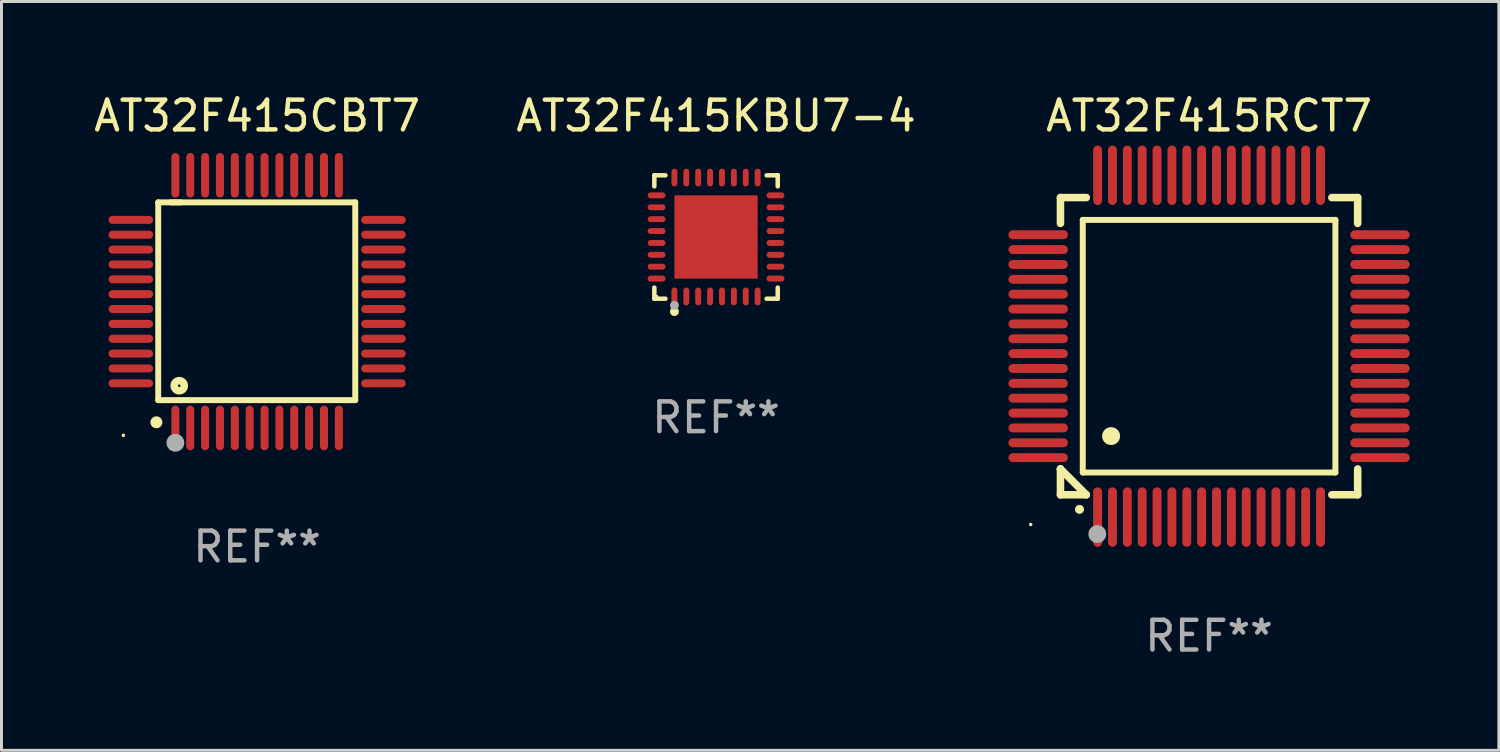
<source format=kicad_pcb>
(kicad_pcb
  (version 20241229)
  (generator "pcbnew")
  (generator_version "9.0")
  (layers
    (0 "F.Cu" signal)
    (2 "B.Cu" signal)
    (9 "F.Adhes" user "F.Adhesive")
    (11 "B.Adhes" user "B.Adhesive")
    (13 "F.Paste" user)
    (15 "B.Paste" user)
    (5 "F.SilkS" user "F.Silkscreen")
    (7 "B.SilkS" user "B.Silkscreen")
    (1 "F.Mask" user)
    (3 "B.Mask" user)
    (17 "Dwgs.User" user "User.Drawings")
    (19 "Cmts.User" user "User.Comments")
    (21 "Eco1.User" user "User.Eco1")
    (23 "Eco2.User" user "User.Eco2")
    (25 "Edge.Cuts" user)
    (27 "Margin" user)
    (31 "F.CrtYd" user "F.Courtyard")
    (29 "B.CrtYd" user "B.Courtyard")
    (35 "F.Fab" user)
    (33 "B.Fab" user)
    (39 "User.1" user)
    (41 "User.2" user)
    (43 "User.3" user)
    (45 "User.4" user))
  (footprint "AT32F415KBU7-4"
    (layer "F.Cu")
    (at 21.042 4.924)
    (property "Reference" "AT32F415KBU7-4" (at 0 -4.076 0) (layer "F.SilkS") (effects (font (size 1 1) (thickness 0.15))))
    (attr through_hole)
    (fp_line (start -2.076 -2.076) (end -1.703 -2.076) (stroke (width 0.152) (type solid)) (layer "F.SilkS"))
    (fp_line (start -2.076 -1.703) (end -2.076 -2.076) (stroke (width 0.152) (type solid)) (layer "F.SilkS"))
    (fp_line (start -2.076 1.703) (end -2.076 2.076) (stroke (width 0.152) (type solid)) (layer "F.SilkS"))
    (fp_line (start -2.076 2.076) (end -1.703 2.076) (stroke (width 0.152) (type solid)) (layer "F.SilkS"))
    (fp_line (start 2.076 -2.076) (end 1.703 -2.076) (stroke (width 0.152) (type solid)) (layer "F.SilkS"))
    (fp_line (start 2.076 -1.703) (end 2.076 -2.076) (stroke (width 0.152) (type solid)) (layer "F.SilkS"))
    (fp_line (start 2.076 1.703) (end 2.076 2.076) (stroke (width 0.152) (type solid)) (layer "F.SilkS"))
    (fp_line (start 2.076 2.076) (end 1.703 2.076) (stroke (width 0.152) (type solid)) (layer "F.SilkS"))
    (fp_circle (center -2 2) (end -1.97 2) (stroke (width 0.06) (type solid)) (fill no) (layer "F.SilkS"))
    (fp_circle (center -1.4 2.51) (end -1.325 2.51) (stroke (width 0.15) (type solid)) (fill no) (layer "F.SilkS"))
    (fp_circle (center -1.4 2.3) (end -1.325 2.3) (stroke (width 0.15) (type solid)) (fill no) (layer "F.Fab"))
    (fp_text user "REF**" (at 0 6.076 0) (layer "F.Fab") (effects (font (size 1 1) (thickness 0.15))))
    (pad "1" smd oval (at -1.4 2) (size 0.2 0.6) (layers "F.Cu" "F.Mask" "F.Paste"))
    (pad "2" smd oval (at -1 2) (size 0.2 0.6) (layers "F.Cu" "F.Mask" "F.Paste"))
    (pad "3" smd oval (at -0.6 2) (size 0.2 0.6) (layers "F.Cu" "F.Mask" "F.Paste"))
    (pad "4" smd oval (at -0.2 2) (size 0.2 0.6) (layers "F.Cu" "F.Mask" "F.Paste"))
    (pad "5" smd oval (at 0.2 2) (size 0.2 0.6) (layers "F.Cu" "F.Mask" "F.Paste"))
    (pad "6" smd oval (at 0.6 2) (size 0.2 0.6) (layers "F.Cu" "F.Mask" "F.Paste"))
    (pad "7" smd oval (at 1 2) (size 0.2 0.6) (layers "F.Cu" "F.Mask" "F.Paste"))
    (pad "8" smd oval (at 1.4 2) (size 0.2 0.6) (layers "F.Cu" "F.Mask" "F.Paste"))
    (pad "9" smd oval (at 2 1.4) (size 0.6 0.2) (layers "F.Cu" "F.Mask" "F.Paste"))
    (pad "10" smd oval (at 2 1) (size 0.6 0.2) (layers "F.Cu" "F.Mask" "F.Paste"))
    (pad "11" smd oval (at 2 0.6) (size 0.6 0.2) (layers "F.Cu" "F.Mask" "F.Paste"))
    (pad "12" smd oval (at 2 0.2) (size 0.6 0.2) (layers "F.Cu" "F.Mask" "F.Paste"))
    (pad "13" smd oval (at 2 -0.2) (size 0.6 0.2) (layers "F.Cu" "F.Mask" "F.Paste"))
    (pad "14" smd oval (at 2 -0.6) (size 0.6 0.2) (layers "F.Cu" "F.Mask" "F.Paste"))
    (pad "15" smd oval (at 2 -1) (size 0.6 0.2) (layers "F.Cu" "F.Mask" "F.Paste"))
    (pad "16" smd oval (at 2 -1.4) (size 0.6 0.2) (layers "F.Cu" "F.Mask" "F.Paste"))
    (pad "17" smd oval (at 1.4 -2) (size 0.2 0.6) (layers "F.Cu" "F.Mask" "F.Paste"))
    (pad "18" smd oval (at 1 -2) (size 0.2 0.6) (layers "F.Cu" "F.Mask" "F.Paste"))
    (pad "19" smd oval (at 0.6 -2) (size 0.2 0.6) (layers "F.Cu" "F.Mask" "F.Paste"))
    (pad "20" smd oval (at 0.2 -2) (size 0.2 0.6) (layers "F.Cu" "F.Mask" "F.Paste"))
    (pad "21" smd oval (at -0.2 -2) (size 0.2 0.6) (layers "F.Cu" "F.Mask" "F.Paste"))
    (pad "22" smd oval (at -0.6 -2) (size 0.2 0.6) (layers "F.Cu" "F.Mask" "F.Paste"))
    (pad "23" smd oval (at -1 -2) (size 0.2 0.6) (layers "F.Cu" "F.Mask" "F.Paste"))
    (pad "24" smd oval (at -1.4 -2) (size 0.2 0.6) (layers "F.Cu" "F.Mask" "F.Paste"))
    (pad "25" smd oval (at -2 -1.4) (size 0.6 0.2) (layers "F.Cu" "F.Mask" "F.Paste"))
    (pad "26" smd oval (at -2 -1) (size 0.6 0.2) (layers "F.Cu" "F.Mask" "F.Paste"))
    (pad "27" smd oval (at -2 -0.6) (size 0.6 0.2) (layers "F.Cu" "F.Mask" "F.Paste"))
    (pad "28" smd oval (at -2 -0.2) (size 0.6 0.2) (layers "F.Cu" "F.Mask" "F.Paste"))
    (pad "29" smd oval (at -2 0.2) (size 0.6 0.2) (layers "F.Cu" "F.Mask" "F.Paste"))
    (pad "30" smd oval (at -2 0.6) (size 0.6 0.2) (layers "F.Cu" "F.Mask" "F.Paste"))
    (pad "31" smd oval (at -2 1) (size 0.6 0.2) (layers "F.Cu" "F.Mask" "F.Paste"))
    (pad "32" smd oval (at -2 1.4) (size 0.6 0.2) (layers "F.Cu" "F.Mask" "F.Paste"))
    (pad "33" smd rect (at 0 0) (size 2.8 2.8) (layers "F.Cu" "F.Mask" "F.Paste")))
  (footprint "AT32F415RCT7"
    (layer "F.Cu")
    (at 37.631 8.598)
    (property "Reference" "AT32F415RCT7" (at 0 -7.75 0) (layer "F.SilkS") (effects (font (size 1 1) (thickness 0.15))))
    (attr through_hole)
    (fp_line (start -5 -5) (end -4.131 -5) (stroke (width 0.254) (type solid)) (layer "F.SilkS"))
    (fp_line (start -5 -4.131) (end -5 -5) (stroke (width 0.254) (type solid)) (layer "F.SilkS"))
    (fp_line (start -5 4.131) (end -5 4.131) (stroke (width 0.254) (type solid)) (layer "F.SilkS"))
    (fp_line (start -5 5) (end -5 4.131) (stroke (width 0.254) (type solid)) (layer "F.SilkS"))
    (fp_line (start -5 4.131) (end -4.131 5) (stroke (width 0.254) (type solid)) (layer "F.SilkS"))
    (fp_line (start -4.25 -4.25) (end -4.25 4.25) (stroke (width 0.2) (type solid)) (layer "F.SilkS"))
    (fp_line (start -4.25 4.25) (end 4.25 4.25) (stroke (width 0.2) (type solid)) (layer "F.SilkS"))
    (fp_line (start -4.131 5) (end -5 5) (stroke (width 0.254) (type solid)) (layer "F.SilkS"))
    (fp_line (start 4.25 -4.25) (end -4.25 -4.25) (stroke (width 0.2) (type solid)) (layer "F.SilkS"))
    (fp_line (start 4.25 4.25) (end 4.25 -4.25) (stroke (width 0.2) (type solid)) (layer "F.SilkS"))
    (fp_line (start 5 -5) (end 4.131 -5) (stroke (width 0.254) (type solid)) (layer "F.SilkS"))
    (fp_line (start 5 -5) (end 5 -4.131) (stroke (width 0.254) (type solid)) (layer "F.SilkS"))
    (fp_line (start 5 4.131) (end 5 5) (stroke (width 0.254) (type solid)) (layer "F.SilkS"))
    (fp_line (start 5 5) (end 4.131 5) (stroke (width 0.254) (type solid)) (layer "F.SilkS"))
    (fp_arc (start -4.361265 5.489992) (mid -4.359995 5.489987) (end -4.358725 5.489992) (stroke (width 0.3) (type solid)) (layer "F.SilkS"))
    (fp_arc (start -3.299467 3.025146) (mid -3.296927 3.025135) (end -3.294387 3.025146) (stroke (width 0.6) (type solid)) (layer "F.SilkS"))
    (fp_circle (center -6 6) (end -5.97 6) (stroke (width 0.06) (type solid)) (fill no) (layer "F.SilkS"))
    (fp_circle (center -3.76 6.32) (end -3.61 6.32) (stroke (width 0.3) (type solid)) (fill no) (layer "F.Fab"))
    (fp_text user "REF**" (at 0 9.75 0) (layer "F.Fab") (effects (font (size 1 1) (thickness 0.15))))
    (pad "1" smd oval (at -3.75 5.75) (size 0.3 2) (layers "F.Cu" "F.Mask" "F.Paste"))
    (pad "2" smd oval (at -3.25 5.75) (size 0.3 2) (layers "F.Cu" "F.Mask" "F.Paste"))
    (pad "3" smd oval (at -2.75 5.75) (size 0.3 2) (layers "F.Cu" "F.Mask" "F.Paste"))
    (pad "4" smd oval (at -2.25 5.75) (size 0.3 2) (layers "F.Cu" "F.Mask" "F.Paste"))
    (pad "5" smd oval (at -1.75 5.75) (size 0.3 2) (layers "F.Cu" "F.Mask" "F.Paste"))
    (pad "6" smd oval (at -1.25 5.75) (size 0.3 2) (layers "F.Cu" "F.Mask" "F.Paste"))
    (pad "7" smd oval (at -0.75 5.75) (size 0.3 2) (layers "F.Cu" "F.Mask" "F.Paste"))
    (pad "8" smd oval (at -0.25 5.75) (size 0.3 2) (layers "F.Cu" "F.Mask" "F.Paste"))
    (pad "9" smd oval (at 0.25 5.75) (size 0.3 2) (layers "F.Cu" "F.Mask" "F.Paste"))
    (pad "10" smd oval (at 0.75 5.75) (size 0.3 2) (layers "F.Cu" "F.Mask" "F.Paste"))
    (pad "11" smd oval (at 1.25 5.75) (size 0.3 2) (layers "F.Cu" "F.Mask" "F.Paste"))
    (pad "12" smd oval (at 1.75 5.75) (size 0.3 2) (layers "F.Cu" "F.Mask" "F.Paste"))
    (pad "13" smd oval (at 2.25 5.75) (size 0.3 2) (layers "F.Cu" "F.Mask" "F.Paste"))
    (pad "14" smd oval (at 2.75 5.75) (size 0.3 2) (layers "F.Cu" "F.Mask" "F.Paste"))
    (pad "15" smd oval (at 3.25 5.75) (size 0.3 2) (layers "F.Cu" "F.Mask" "F.Paste"))
    (pad "16" smd oval (at 3.75 5.75) (size 0.3 2) (layers "F.Cu" "F.Mask" "F.Paste"))
    (pad "17" smd oval (at 5.75 3.75) (size 2 0.3) (layers "F.Cu" "F.Mask" "F.Paste"))
    (pad "18" smd oval (at 5.75 3.25) (size 2 0.3) (layers "F.Cu" "F.Mask" "F.Paste"))
    (pad "19" smd oval (at 5.75 2.75) (size 2 0.3) (layers "F.Cu" "F.Mask" "F.Paste"))
    (pad "20" smd oval (at 5.75 2.25) (size 2 0.3) (layers "F.Cu" "F.Mask" "F.Paste"))
    (pad "21" smd oval (at 5.75 1.75) (size 2 0.3) (layers "F.Cu" "F.Mask" "F.Paste"))
    (pad "22" smd oval (at 5.75 1.25) (size 2 0.3) (layers "F.Cu" "F.Mask" "F.Paste"))
    (pad "23" smd oval (at 5.75 0.75) (size 2 0.3) (layers "F.Cu" "F.Mask" "F.Paste"))
    (pad "24" smd oval (at 5.75 0.25) (size 2 0.3) (layers "F.Cu" "F.Mask" "F.Paste"))
    (pad "25" smd oval (at 5.75 -0.25) (size 2 0.3) (layers "F.Cu" "F.Mask" "F.Paste"))
    (pad "26" smd oval (at 5.75 -0.75) (size 2 0.3) (layers "F.Cu" "F.Mask" "F.Paste"))
    (pad "27" smd oval (at 5.75 -1.25) (size 2 0.3) (layers "F.Cu" "F.Mask" "F.Paste"))
    (pad "28" smd oval (at 5.75 -1.75) (size 2 0.3) (layers "F.Cu" "F.Mask" "F.Paste"))
    (pad "29" smd oval (at 5.75 -2.25) (size 2 0.3) (layers "F.Cu" "F.Mask" "F.Paste"))
    (pad "30" smd oval (at 5.75 -2.75) (size 2 0.3) (layers "F.Cu" "F.Mask" "F.Paste"))
    (pad "31" smd oval (at 5.75 -3.25) (size 2 0.3) (layers "F.Cu" "F.Mask" "F.Paste"))
    (pad "32" smd oval (at 5.75 -3.75) (size 2 0.3) (layers "F.Cu" "F.Mask" "F.Paste"))
    (pad "33" smd oval (at 3.75 -5.75) (size 0.3 2) (layers "F.Cu" "F.Mask" "F.Paste"))
    (pad "34" smd oval (at 3.25 -5.75) (size 0.3 2) (layers "F.Cu" "F.Mask" "F.Paste"))
    (pad "35" smd oval (at 2.75 -5.75) (size 0.3 2) (layers "F.Cu" "F.Mask" "F.Paste"))
    (pad "36" smd oval (at 2.25 -5.75) (size 0.3 2) (layers "F.Cu" "F.Mask" "F.Paste"))
    (pad "37" smd oval (at 1.75 -5.75) (size 0.3 2) (layers "F.Cu" "F.Mask" "F.Paste"))
    (pad "38" smd oval (at 1.25 -5.75) (size 0.3 2) (layers "F.Cu" "F.Mask" "F.Paste"))
    (pad "39" smd oval (at 0.75 -5.75) (size 0.3 2) (layers "F.Cu" "F.Mask" "F.Paste"))
    (pad "40" smd oval (at 0.25 -5.75) (size 0.3 2) (layers "F.Cu" "F.Mask" "F.Paste"))
    (pad "41" smd oval (at -0.25 -5.75) (size 0.3 2) (layers "F.Cu" "F.Mask" "F.Paste"))
    (pad "42" smd oval (at -0.75 -5.75) (size 0.3 2) (layers "F.Cu" "F.Mask" "F.Paste"))
    (pad "43" smd oval (at -1.25 -5.75) (size 0.3 2) (layers "F.Cu" "F.Mask" "F.Paste"))
    (pad "44" smd oval (at -1.75 -5.75) (size 0.3 2) (layers "F.Cu" "F.Mask" "F.Paste"))
    (pad "45" smd oval (at -2.25 -5.75) (size 0.3 2) (layers "F.Cu" "F.Mask" "F.Paste"))
    (pad "46" smd oval (at -2.75 -5.75) (size 0.3 2) (layers "F.Cu" "F.Mask" "F.Paste"))
    (pad "47" smd oval (at -3.25 -5.75) (size 0.3 2) (layers "F.Cu" "F.Mask" "F.Paste"))
    (pad "48" smd oval (at -3.75 -5.75) (size 0.3 2) (layers "F.Cu" "F.Mask" "F.Paste"))
    (pad "49" smd oval (at -5.75 -3.75) (size 2 0.3) (layers "F.Cu" "F.Mask" "F.Paste"))
    (pad "50" smd oval (at -5.75 -3.25) (size 2 0.3) (layers "F.Cu" "F.Mask" "F.Paste"))
    (pad "51" smd oval (at -5.75 -2.75) (size 2 0.3) (layers "F.Cu" "F.Mask" "F.Paste"))
    (pad "52" smd oval (at -5.75 -2.25) (size 2 0.3) (layers "F.Cu" "F.Mask" "F.Paste"))
    (pad "53" smd oval (at -5.75 -1.75) (size 2 0.3) (layers "F.Cu" "F.Mask" "F.Paste"))
    (pad "54" smd oval (at -5.75 -1.25) (size 2 0.3) (layers "F.Cu" "F.Mask" "F.Paste"))
    (pad "55" smd oval (at -5.75 -0.75) (size 2 0.3) (layers "F.Cu" "F.Mask" "F.Paste"))
    (pad "56" smd oval (at -5.75 -0.25) (size 2 0.3) (layers "F.Cu" "F.Mask" "F.Paste"))
    (pad "57" smd oval (at -5.75 0.25) (size 2 0.3) (layers "F.Cu" "F.Mask" "F.Paste"))
    (pad "58" smd oval (at -5.75 0.75) (size 2 0.3) (layers "F.Cu" "F.Mask" "F.Paste"))
    (pad "59" smd oval (at -5.75 1.25) (size 2 0.3) (layers "F.Cu" "F.Mask" "F.Paste"))
    (pad "60" smd oval (at -5.75 1.75) (size 2 0.3) (layers "F.Cu" "F.Mask" "F.Paste"))
    (pad "61" smd oval (at -5.75 2.25) (size 2 0.3) (layers "F.Cu" "F.Mask" "F.Paste"))
    (pad "62" smd oval (at -5.75 2.75) (size 2 0.3) (layers "F.Cu" "F.Mask" "F.Paste"))
    (pad "63" smd oval (at -5.75 3.25) (size 2 0.3) (layers "F.Cu" "F.Mask" "F.Paste"))
    (pad "64" smd oval (at -5.75 3.75) (size 2 0.3) (layers "F.Cu" "F.Mask" "F.Paste")))
  (footprint "AT32F415CBT7"
    (layer "F.Cu")
    (at 5.601 7.098)
    (property "Reference" "AT32F415CBT7" (at 0 -6.25 0) (layer "F.SilkS") (effects (font (size 1 1) (thickness 0.15))))
    (attr through_hole)
    (fp_line (start -3.327 -3.34) (end -2.565 -3.34) (stroke (width 0.2) (type solid)) (layer "F.SilkS"))
    (fp_line (start -3.327 3.315) (end -3.327 -3.34) (stroke (width 0.2) (type solid)) (layer "F.SilkS"))
    (fp_line (start -2.896 -3.34) (end 3.302 -3.34) (stroke (width 0.2) (type solid)) (layer "F.SilkS"))
    (fp_line (start 3.302 -3.34) (end 3.302 3.315) (stroke (width 0.2) (type solid)) (layer "F.SilkS"))
    (fp_line (start 3.302 3.315) (end -3.327 3.315) (stroke (width 0.2) (type solid)) (layer "F.SilkS"))
    (fp_arc (start -3.389992 4.059995) (mid -3.388722 4.059991) (end -3.387452 4.059995) (stroke (width 0.4) (type solid)) (layer "F.SilkS"))
    (fp_circle (center -4.5 4.5) (end -4.47 4.5) (stroke (width 0.06) (type solid)) (fill no) (layer "F.SilkS"))
    (fp_circle (center -2.62 2.83) (end -2.45 2.83) (stroke (width 0.254) (type solid)) (fill no) (layer "F.SilkS"))
    (fp_circle (center -2.75 4.75) (end -2.6 4.75) (stroke (width 0.3) (type solid)) (fill no) (layer "F.Fab"))
    (fp_text user "REF**" (at 0 8.25 0) (layer "F.Fab") (effects (font (size 1 1) (thickness 0.15))))
    (pad "1" smd oval (at -2.75 4.25) (size 0.27 1.5) (layers "F.Cu" "F.Mask" "F.Paste"))
    (pad "2" smd oval (at -2.25 4.25) (size 0.27 1.5) (layers "F.Cu" "F.Mask" "F.Paste"))
    (pad "3" smd oval (at -1.75 4.25) (size 0.27 1.5) (layers "F.Cu" "F.Mask" "F.Paste"))
    (pad "4" smd oval (at -1.25 4.25) (size 0.27 1.5) (layers "F.Cu" "F.Mask" "F.Paste"))
    (pad "5" smd oval (at -0.75 4.25) (size 0.27 1.5) (layers "F.Cu" "F.Mask" "F.Paste"))
    (pad "6" smd oval (at -0.25 4.25) (size 0.27 1.5) (layers "F.Cu" "F.Mask" "F.Paste"))
    (pad "7" smd oval (at 0.25 4.25) (size 0.27 1.5) (layers "F.Cu" "F.Mask" "F.Paste"))
    (pad "8" smd oval (at 0.75 4.25) (size 0.27 1.5) (layers "F.Cu" "F.Mask" "F.Paste"))
    (pad "9" smd oval (at 1.25 4.25) (size 0.27 1.5) (layers "F.Cu" "F.Mask" "F.Paste"))
    (pad "10" smd oval (at 1.75 4.25) (size 0.27 1.5) (layers "F.Cu" "F.Mask" "F.Paste"))
    (pad "11" smd oval (at 2.25 4.25) (size 0.27 1.5) (layers "F.Cu" "F.Mask" "F.Paste"))
    (pad "12" smd oval (at 2.75 4.25) (size 0.27 1.5) (layers "F.Cu" "F.Mask" "F.Paste"))
    (pad "13" smd oval (at 4.25 2.75) (size 1.5 0.27) (layers "F.Cu" "F.Mask" "F.Paste"))
    (pad "14" smd oval (at 4.25 2.25) (size 1.5 0.27) (layers "F.Cu" "F.Mask" "F.Paste"))
    (pad "15" smd oval (at 4.25 1.75) (size 1.5 0.27) (layers "F.Cu" "F.Mask" "F.Paste"))
    (pad "16" smd oval (at 4.25 1.25) (size 1.5 0.27) (layers "F.Cu" "F.Mask" "F.Paste"))
    (pad "17" smd oval (at 4.25 0.75) (size 1.5 0.27) (layers "F.Cu" "F.Mask" "F.Paste"))
    (pad "18" smd oval (at 4.25 0.25) (size 1.5 0.27) (layers "F.Cu" "F.Mask" "F.Paste"))
    (pad "19" smd oval (at 4.25 -0.25) (size 1.5 0.27) (layers "F.Cu" "F.Mask" "F.Paste"))
    (pad "20" smd oval (at 4.25 -0.75) (size 1.5 0.27) (layers "F.Cu" "F.Mask" "F.Paste"))
    (pad "21" smd oval (at 4.25 -1.25) (size 1.5 0.27) (layers "F.Cu" "F.Mask" "F.Paste"))
    (pad "22" smd oval (at 4.25 -1.75) (size 1.5 0.27) (layers "F.Cu" "F.Mask" "F.Paste"))
    (pad "23" smd oval (at 4.25 -2.25) (size 1.5 0.27) (layers "F.Cu" "F.Mask" "F.Paste"))
    (pad "24" smd oval (at 4.25 -2.75) (size 1.5 0.27) (layers "F.Cu" "F.Mask" "F.Paste"))
    (pad "25" smd oval (at 2.75 -4.25) (size 0.27 1.5) (layers "F.Cu" "F.Mask" "F.Paste"))
    (pad "26" smd oval (at 2.25 -4.25) (size 0.27 1.5) (layers "F.Cu" "F.Mask" "F.Paste"))
    (pad "27" smd oval (at 1.75 -4.25) (size 0.27 1.5) (layers "F.Cu" "F.Mask" "F.Paste"))
    (pad "28" smd oval (at 1.25 -4.25) (size 0.27 1.5) (layers "F.Cu" "F.Mask" "F.Paste"))
    (pad "29" smd oval (at 0.75 -4.25) (size 0.27 1.5) (layers "F.Cu" "F.Mask" "F.Paste"))
    (pad "30" smd oval (at 0.25 -4.25) (size 0.27 1.5) (layers "F.Cu" "F.Mask" "F.Paste"))
    (pad "31" smd oval (at -0.25 -4.25) (size 0.27 1.5) (layers "F.Cu" "F.Mask" "F.Paste"))
    (pad "32" smd oval (at -0.75 -4.25) (size 0.27 1.5) (layers "F.Cu" "F.Mask" "F.Paste"))
    (pad "33" smd oval (at -1.25 -4.25) (size 0.27 1.5) (layers "F.Cu" "F.Mask" "F.Paste"))
    (pad "34" smd oval (at -1.75 -4.25) (size 0.27 1.5) (layers "F.Cu" "F.Mask" "F.Paste"))
    (pad "35" smd oval (at -2.25 -4.25) (size 0.27 1.5) (layers "F.Cu" "F.Mask" "F.Paste"))
    (pad "36" smd oval (at -2.75 -4.25) (size 0.27 1.5) (layers "F.Cu" "F.Mask" "F.Paste"))
    (pad "37" smd oval (at -4.25 -2.75) (size 1.5 0.27) (layers "F.Cu" "F.Mask" "F.Paste"))
    (pad "38" smd oval (at -4.25 -2.25) (size 1.5 0.27) (layers "F.Cu" "F.Mask" "F.Paste"))
    (pad "39" smd oval (at -4.25 -1.75) (size 1.5 0.27) (layers "F.Cu" "F.Mask" "F.Paste"))
    (pad "40" smd oval (at -4.25 -1.25) (size 1.5 0.27) (layers "F.Cu" "F.Mask" "F.Paste"))
    (pad "41" smd oval (at -4.25 -0.75) (size 1.5 0.27) (layers "F.Cu" "F.Mask" "F.Paste"))
    (pad "42" smd oval (at -4.25 -0.25) (size 1.5 0.27) (layers "F.Cu" "F.Mask" "F.Paste"))
    (pad "43" smd oval (at -4.25 0.25) (size 1.5 0.27) (layers "F.Cu" "F.Mask" "F.Paste"))
    (pad "44" smd oval (at -4.25 0.75) (size 1.5 0.27) (layers "F.Cu" "F.Mask" "F.Paste"))
    (pad "45" smd oval (at -4.25 1.25) (size 1.5 0.27) (layers "F.Cu" "F.Mask" "F.Paste"))
    (pad "46" smd oval (at -4.25 1.75) (size 1.5 0.27) (layers "F.Cu" "F.Mask" "F.Paste"))
    (pad "47" smd oval (at -4.25 2.25) (size 1.5 0.27) (layers "F.Cu" "F.Mask" "F.Paste"))
    (pad "48" smd oval (at -4.25 2.75) (size 1.5 0.27) (layers "F.Cu" "F.Mask" "F.Paste")))
  (gr_rect
    (start -3 -3)
    (end 47.381 22.196)
    (stroke (width 0.1) (type default))
    (fill no)
    (layer "Edge.Cuts")))
</source>
